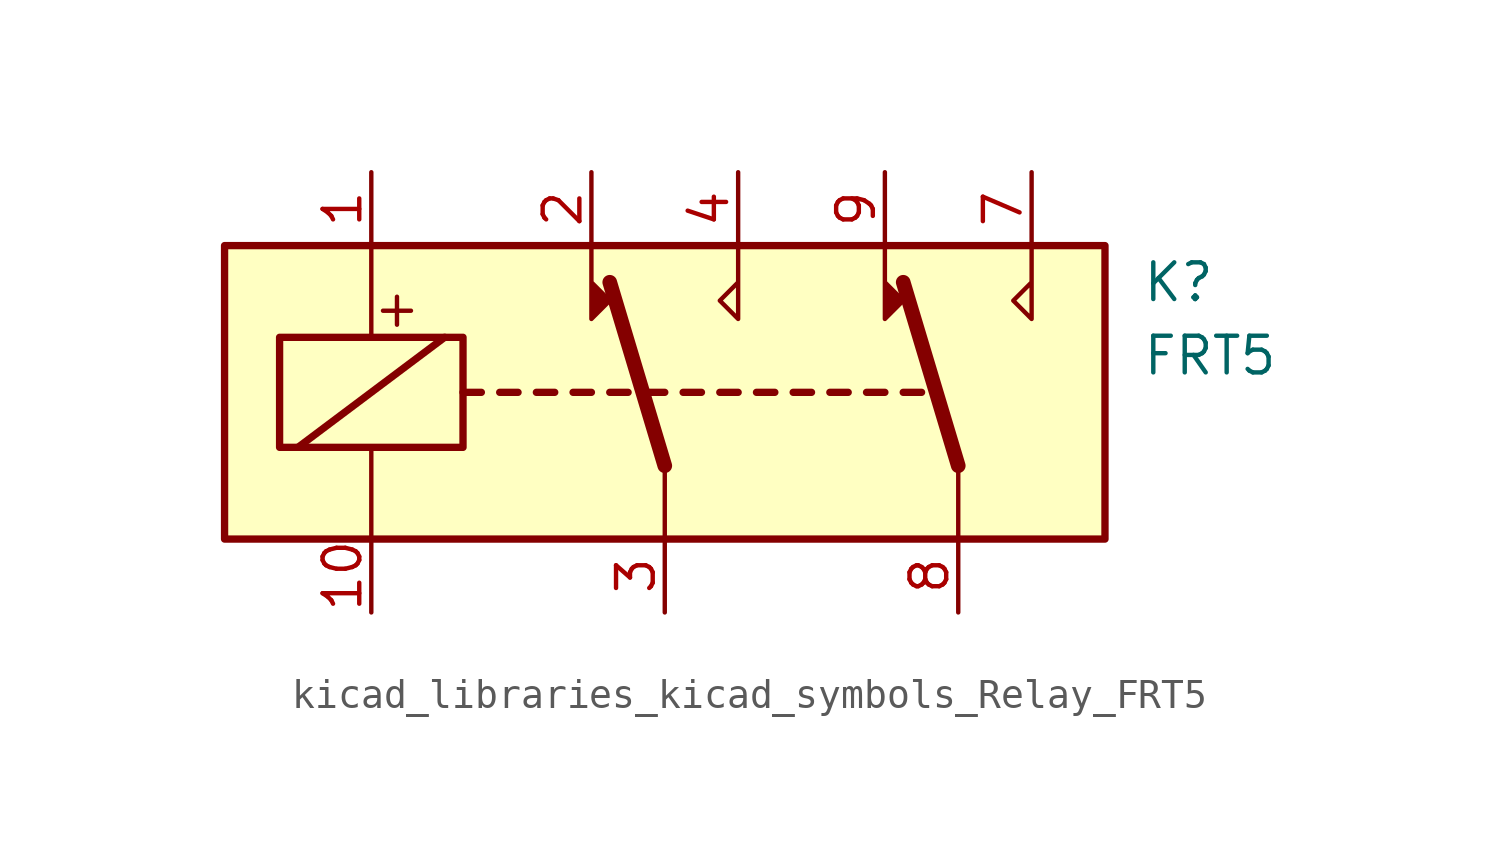
<source format=kicad_sym>
(kicad_symbol_lib
  (version 20220914)
  (generator kicad_symbol_editor)
  (symbol "kicad_libraries_kicad_symbols_Relay_FRT5"
    (property "Reference" "K"
      (at 16.51 3.81 0)
      (effects (font (size 1.27 1.27)) (justify left)))
    (property "Value" "FRT5"
      (at 16.51 1.27 0)
      (effects (font (size 1.27 1.27)) (justify left)))
    (symbol "kicad_libraries_kicad_symbols_Relay_FRT5_0_0"
      (text "+" (at -9.271 2.921 0) (effects (font (size 1.27 1.27)))))
    (symbol "kicad_libraries_kicad_symbols_Relay_FRT5_0_1"
      (rectangle (start -15.24 5.08) (end 15.24 -5.08) (stroke (width 0.254) (type default)) (fill (type background)))
      (rectangle (start -13.335 1.905) (end -6.985 -1.905) (stroke (width 0.254) (type default)) (fill (type none)))
      (polyline (pts (xy -12.7 -1.905) (xy -7.62 1.905)) (stroke (width 0.254) (type default)) (fill (type none)))
      (polyline (pts (xy -10.16 -5.08) (xy -10.16 -1.905)) (stroke (width 0) (type default)) (fill (type none)))
      (polyline (pts (xy -10.16 5.08) (xy -10.16 1.905)) (stroke (width 0) (type default)) (fill (type none)))
      (polyline (pts (xy -6.985 0) (xy -6.35 0)) (stroke (width 0.254) (type default)) (fill (type none)))
      (polyline (pts (xy -5.715 0) (xy -5.08 0)) (stroke (width 0.254) (type default)) (fill (type none)))
      (polyline (pts (xy -4.445 0) (xy -3.81 0)) (stroke (width 0.254) (type default)) (fill (type none)))
      (polyline (pts (xy -3.175 0) (xy -2.54 0)) (stroke (width 0.254) (type default)) (fill (type none)))
      (polyline (pts (xy -1.905 0) (xy -1.27 0)) (stroke (width 0.254) (type default)) (fill (type none)))
      (polyline (pts (xy -0.635 0) (xy 0 0)) (stroke (width 0.254) (type default)) (fill (type none)))
      (polyline (pts (xy 0 -2.54) (xy -1.905 3.81)) (stroke (width 0.508) (type default)) (fill (type none)))
      (polyline (pts (xy 0 -2.54) (xy 0 -5.08)) (stroke (width 0) (type default)) (fill (type none)))
      (polyline (pts (xy 0.635 0) (xy 1.27 0)) (stroke (width 0.254) (type default)) (fill (type none)))
      (polyline (pts (xy 1.905 0) (xy 2.54 0)) (stroke (width 0.254) (type default)) (fill (type none)))
      (polyline (pts (xy 3.175 0) (xy 3.81 0)) (stroke (width 0.254) (type default)) (fill (type none)))
      (polyline (pts (xy 4.445 0) (xy 5.08 0)) (stroke (width 0.254) (type default)) (fill (type none)))
      (polyline (pts (xy 5.715 0) (xy 6.35 0)) (stroke (width 0.254) (type default)) (fill (type none)))
      (polyline (pts (xy 6.985 0) (xy 7.62 0)) (stroke (width 0.254) (type default)) (fill (type none)))
      (polyline (pts (xy 8.255 0) (xy 8.89 0)) (stroke (width 0.254) (type default)) (fill (type none)))
      (polyline (pts (xy 10.16 -2.54) (xy 8.255 3.81)) (stroke (width 0.508) (type default)) (fill (type none)))
      (polyline (pts (xy 10.16 -2.54) (xy 10.16 -5.08)) (stroke (width 0) (type default)) (fill (type none)))
      (polyline (pts (xy -2.54 5.08) (xy -2.54 2.54) (xy -1.905 3.175) (xy -2.54 3.81)) (stroke (width 0) (type default)) (fill (type outline)))
      (polyline (pts (xy 2.54 5.08) (xy 2.54 2.54) (xy 1.905 3.175) (xy 2.54 3.81)) (stroke (width 0) (type default)) (fill (type none)))
      (polyline (pts (xy 7.62 5.08) (xy 7.62 2.54) (xy 8.255 3.175) (xy 7.62 3.81)) (stroke (width 0) (type default)) (fill (type outline)))
      (polyline (pts (xy 12.7 5.08) (xy 12.7 2.54) (xy 12.065 3.175) (xy 12.7 3.81)) (stroke (width 0) (type default)) (fill (type none))))
    (symbol "kicad_libraries_kicad_symbols_Relay_FRT5_1_1"
      (pin passive line (at -10.16 7.62 270) (length 2.54) (name "~" (effects (font (size 1.27 1.27)))) (number "1" (effects (font (size 1.27 1.27)))))
      (pin passive line (at -10.16 -7.62 90) (length 2.54) (name "~" (effects (font (size 1.27 1.27)))) (number "10" (effects (font (size 1.27 1.27)))))
      (pin passive line (at -2.54 7.62 270) (length 2.54) (name "~" (effects (font (size 1.27 1.27)))) (number "2" (effects (font (size 1.27 1.27)))))
      (pin passive line (at 0 -7.62 90) (length 2.54) (name "~" (effects (font (size 1.27 1.27)))) (number "3" (effects (font (size 1.27 1.27)))))
      (pin passive line (at 2.54 7.62 270) (length 2.54) (name "~" (effects (font (size 1.27 1.27)))) (number "4" (effects (font (size 1.27 1.27)))))
      (pin passive line (at 12.7 7.62 270) (length 2.54) (name "~" (effects (font (size 1.27 1.27)))) (number "7" (effects (font (size 1.27 1.27)))))
      (pin passive line (at 10.16 -7.62 90) (length 2.54) (name "~" (effects (font (size 1.27 1.27)))) (number "8" (effects (font (size 1.27 1.27)))))
      (pin passive line (at 7.62 7.62 270) (length 2.54) (name "~" (effects (font (size 1.27 1.27)))) (number "9" (effects (font (size 1.27 1.27))))))))
</source>
